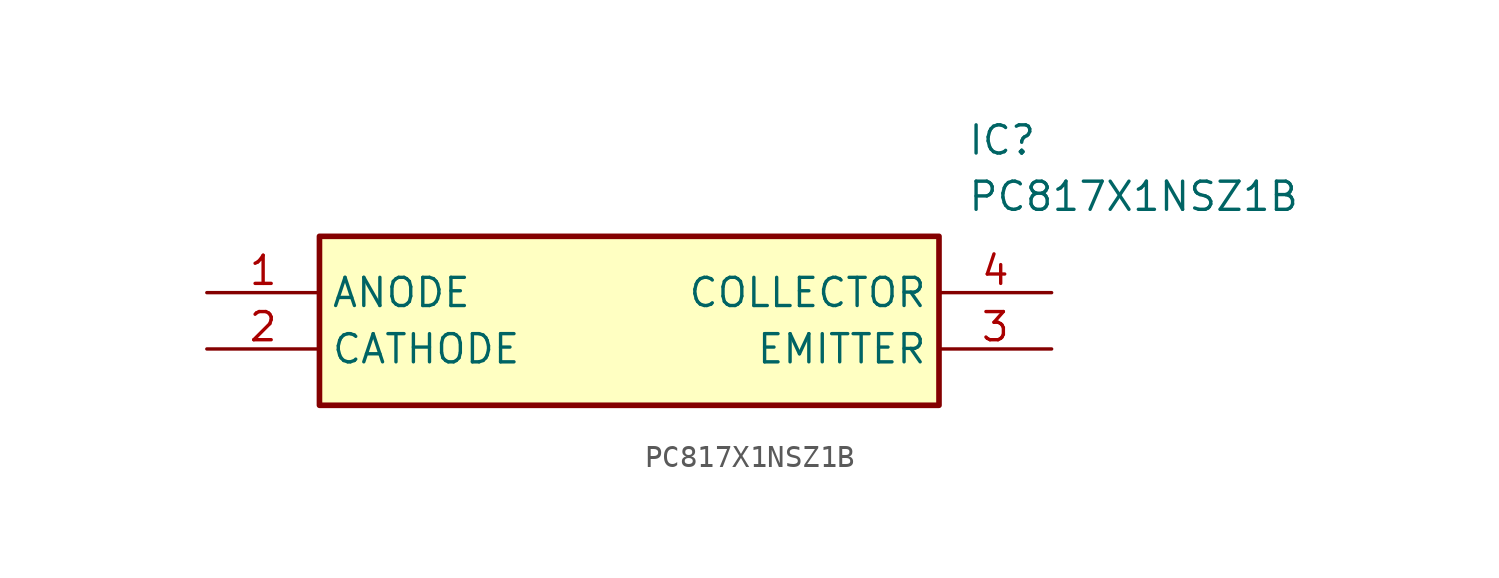
<source format=kicad_sym>
(kicad_symbol_lib
  (version 20211014)
  (generator SamacSys_ECAD_Model)
  (symbol "PC817X1NSZ1B"
    (property "Reference" "IC"
      (at 34.29 7.62 0)
      (effects (font (size 1.27 1.27)) (justify left top)))
    (property "Value" "PC817X1NSZ1B"
      (at 34.29 5.08 0)
      (effects (font (size 1.27 1.27)) (justify left top)))
    (rectangle
      (start 5.08 2.54)
      (end 33.02 -5.08)
      (stroke (width 0.254) (type default))
      (fill (type background)))
    (pin passive line
      (at 0 0 0)
      (length 5.08)
      (name "ANODE" (effects (font (size 1.27 1.27))))
      (number "1" (effects (font (size 1.27 1.27)))))
    (pin passive line
      (at 0 -2.54 0)
      (length 5.08)
      (name "CATHODE" (effects (font (size 1.27 1.27))))
      (number "2" (effects (font (size 1.27 1.27)))))
    (pin passive line
      (at 38.1 0 180)
      (length 5.08)
      (name "COLLECTOR" (effects (font (size 1.27 1.27))))
      (number "4" (effects (font (size 1.27 1.27)))))
    (pin passive line
      (at 38.1 -2.54 180)
      (length 5.08)
      (name "EMITTER" (effects (font (size 1.27 1.27))))
      (number "3" (effects (font (size 1.27 1.27)))))))
</source>
